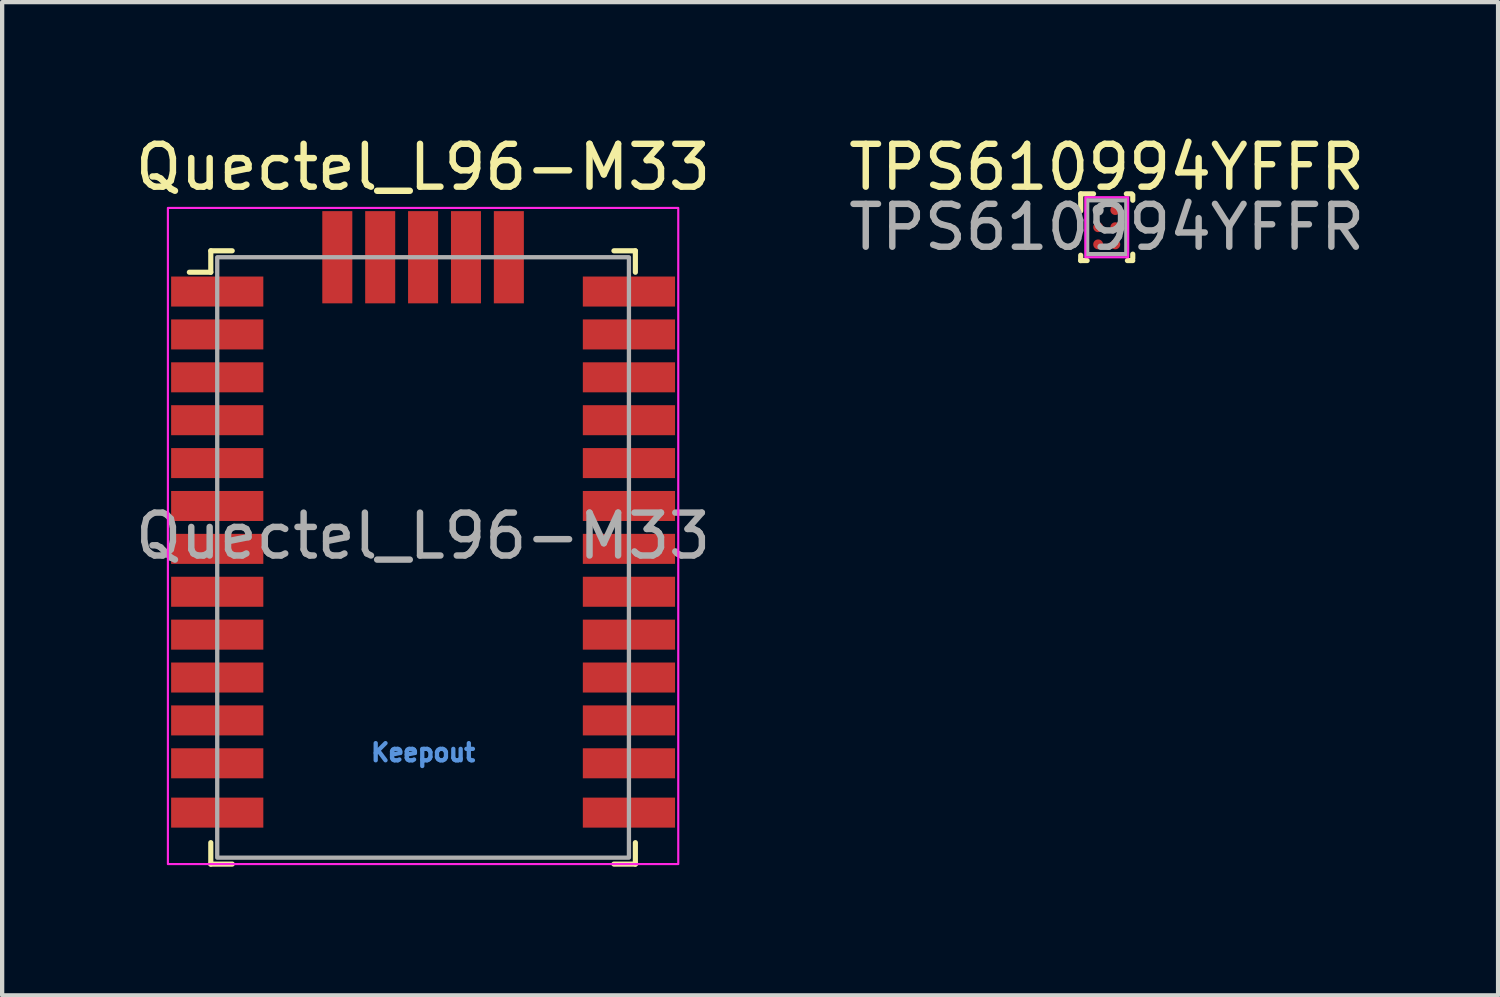
<source format=kicad_pcb>
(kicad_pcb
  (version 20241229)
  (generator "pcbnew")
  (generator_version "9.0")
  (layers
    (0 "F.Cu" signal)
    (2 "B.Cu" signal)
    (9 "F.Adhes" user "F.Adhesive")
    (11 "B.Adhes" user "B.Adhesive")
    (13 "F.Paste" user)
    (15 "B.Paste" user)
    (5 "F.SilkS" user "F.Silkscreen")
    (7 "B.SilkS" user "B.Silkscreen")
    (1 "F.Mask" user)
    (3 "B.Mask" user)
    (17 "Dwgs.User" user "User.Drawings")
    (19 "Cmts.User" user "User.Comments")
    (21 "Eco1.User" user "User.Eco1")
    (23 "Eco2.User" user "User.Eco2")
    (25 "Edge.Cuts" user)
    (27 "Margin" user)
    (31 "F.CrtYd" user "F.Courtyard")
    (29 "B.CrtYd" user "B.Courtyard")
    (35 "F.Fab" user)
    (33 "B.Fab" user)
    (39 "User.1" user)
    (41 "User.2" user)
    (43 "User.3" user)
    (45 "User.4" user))
  (footprint "TPS610994YFFR"
    (layer "F.Cu")
    (at 22.756 2.248)
    (property "Reference" "TPS610994YFFR" (at 0 -1.4 0) (layer "F.SilkS") (effects (font (size 1 1) (thickness 0.15))))
    (attr smd)
    (fp_line (start -0.607 0.778) (end -0.607 0.653) (stroke (width 0.12) (type solid)) (layer "F.SilkS"))
    (fp_line (start -0.607 0.778) (end -0.457 0.778) (stroke (width 0.12) (type solid)) (layer "F.SilkS"))
    (fp_line (start -0.607 -0.778) (end -0.307 -0.778) (stroke (width 0.12) (type solid)) (layer "F.SilkS"))
    (fp_line (start -0.607 -0.378) (end -0.607 -0.778) (stroke (width 0.12) (type solid)) (layer "F.SilkS"))
    (fp_line (start 0.457 -0.778) (end 0.582 -0.778) (stroke (width 0.12) (type solid)) (layer "F.SilkS"))
    (fp_line (start 0.482 0.778) (end 0.607 0.778) (stroke (width 0.12) (type solid)) (layer "F.SilkS"))
    (fp_line (start 0.607 -0.628) (end 0.607 -0.753) (stroke (width 0.12) (type solid)) (layer "F.SilkS"))
    (fp_line (start 0.607 0.728) (end 0.607 0.628) (stroke (width 0.12) (type solid)) (layer "F.SilkS"))
    (fp_circle (center -0.275 -0.475) (end -0.25 -0.475) (stroke (width 0.05) (type solid)) (fill no) (layer "F.Paste"))
    (fp_circle (center -0.275 -0.325) (end -0.25 -0.325) (stroke (width 0.05) (type solid)) (fill no) (layer "F.Paste"))
    (fp_circle (center -0.275 -0.075) (end -0.25 -0.075) (stroke (width 0.05) (type solid)) (fill no) (layer "F.Paste"))
    (fp_circle (center -0.275 0.075) (end -0.25 0.075) (stroke (width 0.05) (type solid)) (fill no) (layer "F.Paste"))
    (fp_circle (center -0.275 0.325) (end -0.25 0.325) (stroke (width 0.05) (type solid)) (fill no) (layer "F.Paste"))
    (fp_circle (center -0.275 0.475) (end -0.25 0.475) (stroke (width 0.05) (type solid)) (fill no) (layer "F.Paste"))
    (fp_circle (center -0.125 -0.475) (end -0.1 -0.475) (stroke (width 0.05) (type solid)) (fill no) (layer "F.Paste"))
    (fp_circle (center -0.125 -0.325) (end -0.1 -0.325) (stroke (width 0.05) (type solid)) (fill no) (layer "F.Paste"))
    (fp_circle (center -0.125 -0.075) (end -0.1 -0.075) (stroke (width 0.05) (type solid)) (fill no) (layer "F.Paste"))
    (fp_circle (center -0.125 0.075) (end -0.1 0.075) (stroke (width 0.05) (type solid)) (fill no) (layer "F.Paste"))
    (fp_circle (center -0.125 0.325) (end -0.1 0.325) (stroke (width 0.05) (type solid)) (fill no) (layer "F.Paste"))
    (fp_circle (center -0.125 0.475) (end -0.1 0.475) (stroke (width 0.05) (type solid)) (fill no) (layer "F.Paste"))
    (fp_circle (center 0.125 -0.475) (end 0.15 -0.475) (stroke (width 0.05) (type solid)) (fill no) (layer "F.Paste"))
    (fp_circle (center 0.125 -0.325) (end 0.15 -0.325) (stroke (width 0.05) (type solid)) (fill no) (layer "F.Paste"))
    (fp_circle (center 0.125 -0.075) (end 0.15 -0.075) (stroke (width 0.05) (type solid)) (fill no) (layer "F.Paste"))
    (fp_circle (center 0.125 0.075) (end 0.15 0.075) (stroke (width 0.05) (type solid)) (fill no) (layer "F.Paste"))
    (fp_circle (center 0.125 0.325) (end 0.15 0.325) (stroke (width 0.05) (type solid)) (fill no) (layer "F.Paste"))
    (fp_circle (center 0.125 0.475) (end 0.15 0.475) (stroke (width 0.05) (type solid)) (fill no) (layer "F.Paste"))
    (fp_circle (center 0.275 -0.475) (end 0.3 -0.475) (stroke (width 0.05) (type solid)) (fill no) (layer "F.Paste"))
    (fp_circle (center 0.275 -0.325) (end 0.3 -0.325) (stroke (width 0.05) (type solid)) (fill no) (layer "F.Paste"))
    (fp_circle (center 0.275 -0.075) (end 0.3 -0.075) (stroke (width 0.05) (type solid)) (fill no) (layer "F.Paste"))
    (fp_circle (center 0.275 0.075) (end 0.3 0.075) (stroke (width 0.05) (type solid)) (fill no) (layer "F.Paste"))
    (fp_circle (center 0.275 0.325) (end 0.3 0.325) (stroke (width 0.05) (type solid)) (fill no) (layer "F.Paste"))
    (fp_circle (center 0.275 0.475) (end 0.3 0.475) (stroke (width 0.05) (type solid)) (fill no) (layer "F.Paste"))
    (fp_poly (pts (xy -0.325 -0.475) (xy -0.325 -0.325) (xy -0.275 -0.325) (xy -0.275 -0.475)) (stroke (width 0.1) (type solid)) (fill yes) (layer "F.Paste"))
    (fp_poly (pts (xy -0.325 -0.075) (xy -0.325 0.075) (xy -0.275 0.075) (xy -0.275 -0.075)) (stroke (width 0.1) (type solid)) (fill yes) (layer "F.Paste"))
    (fp_poly (pts (xy -0.325 0.325) (xy -0.325 0.475) (xy -0.275 0.475) (xy -0.275 0.325)) (stroke (width 0.1) (type solid)) (fill yes) (layer "F.Paste"))
    (fp_poly (pts (xy -0.275 -0.275) (xy -0.125 -0.275) (xy -0.125 -0.325) (xy -0.275 -0.325)) (stroke (width 0.1) (type solid)) (fill yes) (layer "F.Paste"))
    (fp_poly (pts (xy -0.275 0.125) (xy -0.125 0.125) (xy -0.125 0.075) (xy -0.275 0.075)) (stroke (width 0.1) (type solid)) (fill yes) (layer "F.Paste"))
    (fp_poly (pts (xy -0.275 0.525) (xy -0.125 0.525) (xy -0.125 0.475) (xy -0.275 0.475)) (stroke (width 0.1) (type solid)) (fill yes) (layer "F.Paste"))
    (fp_poly (pts (xy -0.125 -0.525) (xy -0.275 -0.525) (xy -0.275 -0.475) (xy -0.125 -0.475)) (stroke (width 0.1) (type solid)) (fill yes) (layer "F.Paste"))
    (fp_poly (pts (xy -0.125 -0.125) (xy -0.275 -0.125) (xy -0.275 -0.075) (xy -0.125 -0.075)) (stroke (width 0.1) (type solid)) (fill yes) (layer "F.Paste"))
    (fp_poly (pts (xy -0.125 -0.075) (xy -0.275 -0.075) (xy -0.275 0.075) (xy -0.125 0.075)) (stroke (width 0.1) (type solid)) (fill yes) (layer "F.Paste"))
    (fp_poly (pts (xy -0.125 0.275) (xy -0.275 0.275) (xy -0.275 0.325) (xy -0.125 0.325)) (stroke (width 0.1) (type solid)) (fill yes) (layer "F.Paste"))
    (fp_poly (pts (xy -0.125 0.325) (xy -0.275 0.325) (xy -0.275 0.475) (xy -0.125 0.475)) (stroke (width 0.1) (type solid)) (fill yes) (layer "F.Paste"))
    (fp_poly (pts (xy -0.125 -0.475) (xy -0.275 -0.475) (xy -0.275 -0.325) (xy -0.125 -0.325)) (stroke (width 0.1) (type solid)) (fill yes) (layer "F.Paste"))
    (fp_poly (pts (xy -0.075 -0.325) (xy -0.075 -0.475) (xy -0.125 -0.475) (xy -0.125 -0.325)) (stroke (width 0.1) (type solid)) (fill yes) (layer "F.Paste"))
    (fp_poly (pts (xy -0.075 0.075) (xy -0.075 -0.075) (xy -0.125 -0.075) (xy -0.125 0.075)) (stroke (width 0.1) (type solid)) (fill yes) (layer "F.Paste"))
    (fp_poly (pts (xy -0.075 0.475) (xy -0.075 0.325) (xy -0.125 0.325) (xy -0.125 0.475)) (stroke (width 0.1) (type solid)) (fill yes) (layer "F.Paste"))
    (fp_poly (pts (xy 0.075 -0.475) (xy 0.075 -0.325) (xy 0.125 -0.325) (xy 0.125 -0.475)) (stroke (width 0.1) (type solid)) (fill yes) (layer "F.Paste"))
    (fp_poly (pts (xy 0.075 -0.075) (xy 0.075 0.075) (xy 0.125 0.075) (xy 0.125 -0.075)) (stroke (width 0.1) (type solid)) (fill yes) (layer "F.Paste"))
    (fp_poly (pts (xy 0.075 0.325) (xy 0.075 0.475) (xy 0.125 0.475) (xy 0.125 0.325)) (stroke (width 0.1) (type solid)) (fill yes) (layer "F.Paste"))
    (fp_poly (pts (xy 0.125 -0.275) (xy 0.275 -0.275) (xy 0.275 -0.325) (xy 0.125 -0.325)) (stroke (width 0.1) (type solid)) (fill yes) (layer "F.Paste"))
    (fp_poly (pts (xy 0.125 0.125) (xy 0.275 0.125) (xy 0.275 0.075) (xy 0.125 0.075)) (stroke (width 0.1) (type solid)) (fill yes) (layer "F.Paste"))
    (fp_poly (pts (xy 0.125 0.525) (xy 0.275 0.525) (xy 0.275 0.475) (xy 0.125 0.475)) (stroke (width 0.1) (type solid)) (fill yes) (layer "F.Paste"))
    (fp_poly (pts (xy 0.275 -0.525) (xy 0.125 -0.525) (xy 0.125 -0.475) (xy 0.275 -0.475)) (stroke (width 0.1) (type solid)) (fill yes) (layer "F.Paste"))
    (fp_poly (pts (xy 0.275 -0.125) (xy 0.125 -0.125) (xy 0.125 -0.075) (xy 0.275 -0.075)) (stroke (width 0.1) (type solid)) (fill yes) (layer "F.Paste"))
    (fp_poly (pts (xy 0.275 0.275) (xy 0.125 0.275) (xy 0.125 0.325) (xy 0.275 0.325)) (stroke (width 0.1) (type solid)) (fill yes) (layer "F.Paste"))
    (fp_poly (pts (xy 0.275 -0.075) (xy 0.125 -0.075) (xy 0.125 0.075) (xy 0.275 0.075)) (stroke (width 0.1) (type solid)) (fill yes) (layer "F.Paste"))
    (fp_poly (pts (xy 0.275 0.325) (xy 0.125 0.325) (xy 0.125 0.475) (xy 0.275 0.475)) (stroke (width 0.1) (type solid)) (fill yes) (layer "F.Paste"))
    (fp_poly (pts (xy 0.275 -0.475) (xy 0.125 -0.475) (xy 0.125 -0.325) (xy 0.275 -0.325)) (stroke (width 0.1) (type solid)) (fill yes) (layer "F.Paste"))
    (fp_poly (pts (xy 0.325 -0.325) (xy 0.325 -0.475) (xy 0.275 -0.475) (xy 0.275 -0.325)) (stroke (width 0.1) (type solid)) (fill yes) (layer "F.Paste"))
    (fp_poly (pts (xy 0.325 0.075) (xy 0.325 -0.075) (xy 0.275 -0.075) (xy 0.275 0.075)) (stroke (width 0.1) (type solid)) (fill yes) (layer "F.Paste"))
    (fp_poly (pts (xy 0.325 0.475) (xy 0.325 0.325) (xy 0.275 0.325) (xy 0.275 0.475)) (stroke (width 0.1) (type solid)) (fill yes) (layer "F.Paste"))
    (fp_rect (start -0.5 -0.7) (end 0.5 0.7) (stroke (width 0.05) (type default)) (fill no) (layer "F.CrtYd"))
    (fp_line (start -0.457 -0.628) (end 0.457 -0.628) (stroke (width 0.1) (type solid)) (layer "F.Fab"))
    (fp_line (start -0.457 0.628) (end -0.457 -0.628) (stroke (width 0.1) (type solid)) (layer "F.Fab"))
    (fp_line (start -0.457 0.628) (end 0.457 0.628) (stroke (width 0.1) (type solid)) (layer "F.Fab"))
    (fp_line (start 0.457 0.628) (end 0.457 -0.628) (stroke (width 0.1) (type solid)) (layer "F.Fab"))
    (fp_circle (center -0.2 -0.4) (end -0.12 -0.4) (stroke (width 0.1) (type solid)) (fill no) (layer "F.Fab"))
    (fp_text user "${REFERENCE}" (at 0 0 0) (layer "F.Fab") (effects (font (size 1 1) (thickness 0.15) (bold yes))))
    (pad "A1" smd circle (at -0.2 -0.4 90) (size 0.23 0.23) (layers "F.Cu" "F.Mask"))
    (pad "A2" smd circle (at 0.2 -0.4 90) (size 0.23 0.23) (layers "F.Cu" "F.Mask"))
    (pad "B1" smd circle (at -0.2 0.000003 90) (size 0.23 0.23) (layers "F.Cu" "F.Mask"))
    (pad "B2" smd circle (at 0.2 0.000003 90) (size 0.23 0.23) (layers "F.Cu" "F.Mask"))
    (pad "C1" smd circle (at -0.2 0.4 90) (size 0.23 0.23) (layers "F.Cu" "F.Mask"))
    (pad "C2" smd circle (at 0.2 0.4 90) (size 0.23 0.23) (layers "F.Cu" "F.Mask")))
  (footprint "Quectel_L96-M33"
    (layer "F.Cu")
    (at 6.815 9.448)
    (property "Reference" "Quectel_L96-M33" (at 0 -8.6 180) (layer "F.SilkS") (effects (font (size 1 1) (thickness 0.15))))
    (attr smd)
    (fp_line (start -4.95 -6.65) (end -4.95 -6.15) (stroke (width 0.12) (type solid)) (layer "F.SilkS"))
    (fp_line (start -4.95 -6.15) (end -5.45 -6.15) (stroke (width 0.12) (type solid)) (layer "F.SilkS"))
    (fp_line (start -4.95 7.15) (end -4.95 7.65) (stroke (width 0.12) (type solid)) (layer "F.SilkS"))
    (fp_line (start -4.95 7.65) (end -4.45 7.65) (stroke (width 0.12) (type solid)) (layer "F.SilkS"))
    (fp_line (start -4.45 -6.65) (end -4.95 -6.65) (stroke (width 0.12) (type solid)) (layer "F.SilkS"))
    (fp_line (start 4.45 7.65) (end 4.95 7.65) (stroke (width 0.12) (type solid)) (layer "F.SilkS"))
    (fp_line (start 4.95 -6.65) (end 4.45 -6.65) (stroke (width 0.12) (type solid)) (layer "F.SilkS"))
    (fp_line (start 4.95 -6.15) (end 4.95 -6.65) (stroke (width 0.12) (type solid)) (layer "F.SilkS"))
    (fp_line (start 4.95 7.65) (end 4.95 7.15) (stroke (width 0.12) (type solid)) (layer "F.SilkS"))
    (fp_rect (start -5.95 -7.65) (end 5.95 7.65) (stroke (width 0.05) (type default)) (fill no) (layer "F.CrtYd"))
    (fp_rect (start -4.8 -6.5) (end 4.8 7.5) (stroke (width 0.1) (type solid)) (fill no) (layer "F.Fab"))
    (fp_text user "Keepout" (at 0 5.05 0) (layer "Cmts.User") (effects (font (size 0.4 0.4) (thickness 0.1))))
    (fp_text user "${REFERENCE}" (at 0 0 0) (layer "F.Fab") (effects (font (size 1 1) (thickness 0.15))))
    (pad "1" smd rect (at -4.8 -5.7 180) (size 2.15 0.7) (layers "F.Cu" "F.Mask" "F.Paste"))
    (pad "2" smd rect (at -4.8 -4.7 180) (size 2.15 0.7) (layers "F.Cu" "F.Mask" "F.Paste"))
    (pad "3" smd rect (at -4.8 -3.7 180) (size 2.15 0.7) (layers "F.Cu" "F.Mask" "F.Paste"))
    (pad "4" smd rect (at -4.8 -2.7 180) (size 2.15 0.7) (layers "F.Cu" "F.Mask" "F.Paste"))
    (pad "5" smd rect (at -4.8 -1.7 180) (size 2.15 0.7) (layers "F.Cu" "F.Mask" "F.Paste"))
    (pad "6" smd rect (at -4.8 -0.7 180) (size 2.15 0.7) (layers "F.Cu" "F.Mask" "F.Paste"))
    (pad "7" smd rect (at -4.8 0.3 180) (size 2.15 0.7) (layers "F.Cu" "F.Mask" "F.Paste"))
    (pad "8" smd rect (at -4.8 1.3 180) (size 2.15 0.7) (layers "F.Cu" "F.Mask" "F.Paste"))
    (pad "9" smd rect (at -4.8 2.3 180) (size 2.15 0.7) (layers "F.Cu" "F.Mask" "F.Paste"))
    (pad "10" smd rect (at -4.8 3.3 180) (size 2.15 0.7) (layers "F.Cu" "F.Mask" "F.Paste"))
    (pad "11" smd rect (at -4.8 4.3 180) (size 2.15 0.7) (layers "F.Cu" "F.Mask" "F.Paste"))
    (pad "12" smd rect (at -4.8 5.3 180) (size 2.15 0.7) (layers "F.Cu" "F.Mask" "F.Paste"))
    (pad "13" smd rect (at -4.8 6.45 180) (size 2.15 0.7) (layers "F.Cu" "F.Mask" "F.Paste"))
    (pad "14" smd rect (at 4.8 6.45 180) (size 2.15 0.7) (layers "F.Cu" "F.Mask" "F.Paste"))
    (pad "15" smd rect (at 4.8 5.3 180) (size 2.15 0.7) (layers "F.Cu" "F.Mask" "F.Paste"))
    (pad "16" smd rect (at 4.8 4.3 180) (size 2.15 0.7) (layers "F.Cu" "F.Mask" "F.Paste"))
    (pad "17" smd rect (at 4.8 3.3 180) (size 2.15 0.7) (layers "F.Cu" "F.Mask" "F.Paste"))
    (pad "18" smd rect (at 4.8 2.3 180) (size 2.15 0.7) (layers "F.Cu" "F.Mask" "F.Paste"))
    (pad "19" smd rect (at 4.8 1.3 180) (size 2.15 0.7) (layers "F.Cu" "F.Mask" "F.Paste"))
    (pad "20" smd rect (at 4.8 0.3 180) (size 2.15 0.7) (layers "F.Cu" "F.Mask" "F.Paste"))
    (pad "21" smd rect (at 4.8 -0.7 180) (size 2.15 0.7) (layers "F.Cu" "F.Mask" "F.Paste"))
    (pad "22" smd rect (at 4.8 -1.7 180) (size 2.15 0.7) (layers "F.Cu" "F.Mask" "F.Paste"))
    (pad "23" smd rect (at 4.8 -2.7 180) (size 2.15 0.7) (layers "F.Cu" "F.Mask" "F.Paste"))
    (pad "24" smd rect (at 4.8 -3.7 180) (size 2.15 0.7) (layers "F.Cu" "F.Mask" "F.Paste"))
    (pad "25" smd rect (at 4.8 -4.7 180) (size 2.15 0.7) (layers "F.Cu" "F.Mask" "F.Paste"))
    (pad "26" smd rect (at 4.8 -5.7 180) (size 2.15 0.7) (layers "F.Cu" "F.Mask" "F.Paste"))
    (pad "27" smd rect (at 2 -6.5 90) (size 2.15 0.7) (layers "F.Cu" "F.Mask" "F.Paste"))
    (pad "28" smd rect (at 1 -6.5 90) (size 2.15 0.7) (layers "F.Cu" "F.Mask" "F.Paste"))
    (pad "29" smd rect (at 0 -6.5 90) (size 2.15 0.7) (layers "F.Cu" "F.Mask" "F.Paste"))
    (pad "30" smd rect (at -1 -6.5 90) (size 2.15 0.7) (layers "F.Cu" "F.Mask" "F.Paste"))
    (pad "31" smd rect (at -2 -6.5 90) (size 2.15 0.7) (layers "F.Cu" "F.Mask" "F.Paste"))
    (zone (net_name "") (layers "F.Cu" "B.Cu") (name "Keepout") (hatch full 0.5) (connect_pads) (min_thickness 0.25) (filled_areas_thickness no) (keepout (tracks not_allowed) (vias not_allowed) (pads not_allowed) (copperpour not_allowed) (footprints not_allowed)) (placement (enabled no)) (fill) (polygon (pts (xy 3.165 12.148) (xy 10.465 12.148) (xy 10.465 16.948) (xy 3.165 16.948)))))
  (gr_rect
    (start -3 -3)
    (end 31.881 20.158)
    (stroke (width 0.1) (type default))
    (fill no)
    (layer "Edge.Cuts")))
</source>
